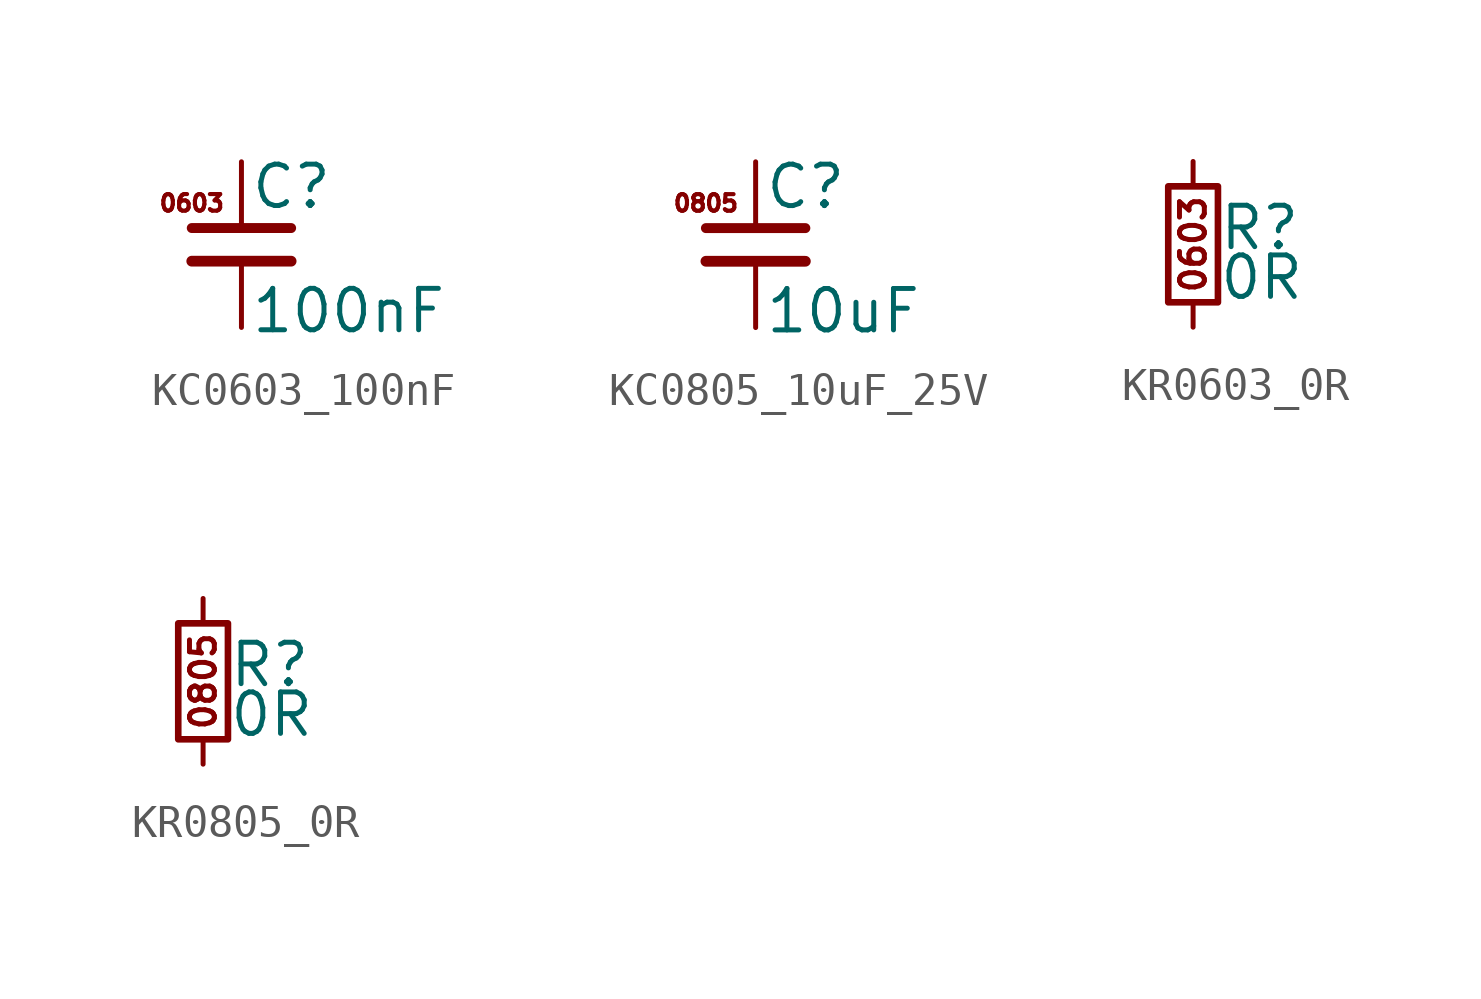
<source format=kicad_sym>
(kicad_symbol_lib
  (version 20231120)
  (generator "kicad_symbol_editor")
  (generator_version "8.0")
  (symbol "KC0603_100nF"
    (pin_numbers hide)
    (pin_names
      (offset 0.254) hide)
    (property "Reference" "C"
      (at 0.254 1.778 0)
      (effects (font (size 1.27 1.27)) (justify left)))
    (property "Value" "100nF"
      (at 0.254 -2.032 0)
      (effects (font (size 1.27 1.27)) (justify left)))
    (symbol "KC0603_100nF_0_1"
      (polyline (pts (xy -1.524 -0.508) (xy 1.524 -0.508)) (stroke (width 0.33) (type default)) (fill (type none)))
      (polyline (pts (xy -1.524 0.508) (xy 1.524 0.508)) (stroke (width 0.305) (type default)) (fill (type none))))
    (symbol "KC0603_100nF_1_1"
      (text "0603" (at -1.524 1.27 0) (effects (font (size 0.508 0.508))))
      (pin passive line (at 0 2.54 270) (length 2.032) (name "~" (effects (font (size 1.27 1.27)))) (number "1" (effects (font (size 1.27 1.27)))))
      (pin passive line (at 0 -2.54 90) (length 2.032) (name "~" (effects (font (size 1.27 1.27)))) (number "2" (effects (font (size 1.27 1.27)))))))
  (symbol "KC0805_10uF_25V"
    (pin_numbers hide)
    (pin_names
      (offset 0.254) hide)
    (property "Reference" "C"
      (at 0.254 1.778 0)
      (effects (font (size 1.27 1.27)) (justify left)))
    (property "Value" "10uF"
      (at 0.254 -2.032 0)
      (effects (font (size 1.27 1.27)) (justify left)))
    (symbol "KC0805_10uF_25V_0_1"
      (polyline (pts (xy -1.524 -0.508) (xy 1.524 -0.508)) (stroke (width 0.33) (type default)) (fill (type none)))
      (polyline (pts (xy -1.524 0.508) (xy 1.524 0.508)) (stroke (width 0.305) (type default)) (fill (type none))))
    (symbol "KC0805_10uF_25V_1_1"
      (text "0805" (at -1.524 1.27 0) (effects (font (size 0.508 0.508))))
      (pin passive line (at 0 2.54 270) (length 2.032) (name "~" (effects (font (size 1.27 1.27)))) (number "1" (effects (font (size 1.27 1.27)))))
      (pin passive line (at 0 -2.54 90) (length 2.032) (name "~" (effects (font (size 1.27 1.27)))) (number "2" (effects (font (size 1.27 1.27)))))))
  (symbol "KR0603_0R"
    (pin_numbers hide)
    (pin_names
      (offset 0.254) hide)
    (property "Reference" "R"
      (at 0.762 0.508 0)
      (effects (font (size 1.27 1.27)) (justify left)))
    (property "Value" "0R"
      (at 0.762 -1.016 0)
      (effects (font (size 1.27 1.27)) (justify left)))
    (symbol "KR0603_0R_0_1"
      (rectangle (start -0.762 1.778) (end 0.762 -1.778) (stroke (width 0.203) (type default)) (fill (type none))))
    (symbol "KR0603_0R_1_1"
      (text "0603" (at 0 0 900) (effects (font (size 0.762 0.762))))
      (pin passive line (at 0 2.54 270) (length 0.762) (name "~" (effects (font (size 1.27 1.27)))) (number "1" (effects (font (size 1.27 1.27)))))
      (pin passive line (at 0 -2.54 90) (length 0.762) (name "~" (effects (font (size 1.27 1.27)))) (number "2" (effects (font (size 1.27 1.27)))))))
  (symbol "KR0805_0R"
    (pin_numbers hide)
    (pin_names
      (offset 0.254) hide)
    (property "Reference" "R"
      (at 0.762 0.508 0)
      (effects (font (size 1.27 1.27)) (justify left)))
    (property "Value" "0R"
      (at 0.762 -1.016 0)
      (effects (font (size 1.27 1.27)) (justify left)))
    (symbol "KR0805_0R_0_1"
      (rectangle (start -0.762 1.778) (end 0.762 -1.778) (stroke (width 0.203) (type default)) (fill (type none))))
    (symbol "KR0805_0R_1_1"
      (text "0805" (at 0 0 900) (effects (font (size 0.762 0.762))))
      (pin passive line (at 0 2.54 270) (length 0.762) (name "~" (effects (font (size 1.27 1.27)))) (number "1" (effects (font (size 1.27 1.27)))))
      (pin passive line (at 0 -2.54 90) (length 0.762) (name "~" (effects (font (size 1.27 1.27)))) (number "2" (effects (font (size 1.27 1.27))))))))
</source>
